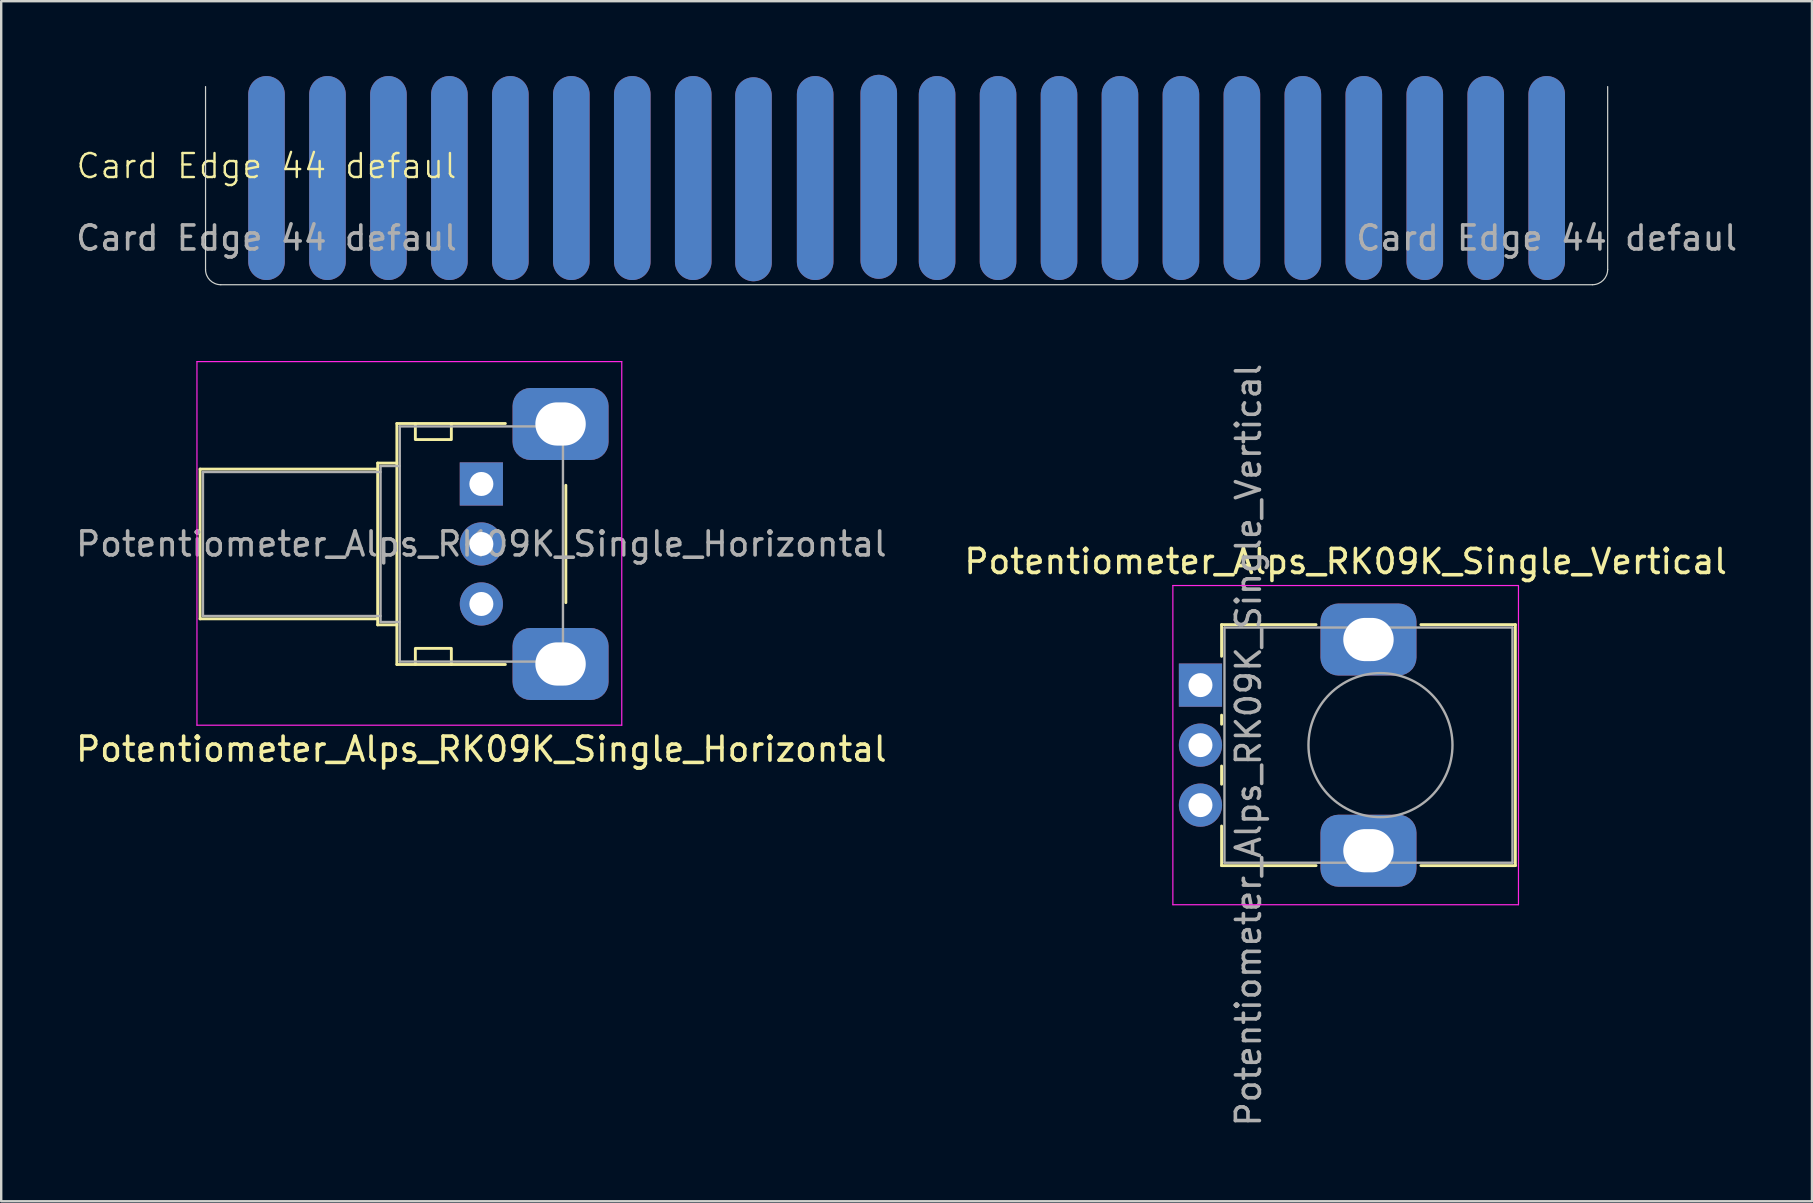
<source format=kicad_pcb>
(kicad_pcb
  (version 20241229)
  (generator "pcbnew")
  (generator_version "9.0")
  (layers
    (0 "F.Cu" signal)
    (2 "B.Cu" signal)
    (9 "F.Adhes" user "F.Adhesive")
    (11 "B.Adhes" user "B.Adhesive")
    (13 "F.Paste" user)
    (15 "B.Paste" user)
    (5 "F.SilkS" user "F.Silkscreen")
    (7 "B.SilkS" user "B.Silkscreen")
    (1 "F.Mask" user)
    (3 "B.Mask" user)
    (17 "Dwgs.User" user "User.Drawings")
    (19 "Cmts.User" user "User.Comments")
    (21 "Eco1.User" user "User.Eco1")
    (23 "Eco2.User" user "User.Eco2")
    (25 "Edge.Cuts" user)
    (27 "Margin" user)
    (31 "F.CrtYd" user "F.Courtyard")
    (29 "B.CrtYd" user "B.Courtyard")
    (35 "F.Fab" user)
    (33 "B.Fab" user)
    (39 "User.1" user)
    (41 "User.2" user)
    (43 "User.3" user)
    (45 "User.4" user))
  (footprint "Card Edge 44 defaul"
    (layer "F.Cu")
    (at 8.054 4.368)
    (property "Reference" "Card Edge 44 defaul" (at 0 -0.5 0) (unlocked yes) (layer "F.SilkS") (effects (font (size 1 1) (thickness 0.1))))
    (attr through_hole)
    (fp_rect (start -2.54 -4.318) (end 55.88 4.572) (stroke (width 0.1) (type solid)) (fill yes) (layer "F.Mask"))
    (fp_rect (start -2.54 -4.318) (end 55.88 4.572) (stroke (width 0.1) (type solid)) (fill yes) (layer "B.Mask"))
    (fp_line (start -2.54 -3.81) (end -2.54 3.81) (stroke (width 0.05) (type default)) (layer "Edge.Cuts"))
    (fp_line (start -1.905 4.445) (end 55.245 4.445) (stroke (width 0.05) (type default)) (layer "Edge.Cuts"))
    (fp_line (start 55.88 3.81) (end 55.88 -3.81) (stroke (width 0.05) (type default)) (layer "Edge.Cuts"))
    (fp_arc (start -1.905 4.445) (mid -2.354013 4.259013) (end -2.54 3.81) (stroke (width 0.05) (type default)) (layer "Edge.Cuts"))
    (fp_arc (start 55.88 3.81) (mid 55.694013 4.259013) (end 55.245 4.445) (stroke (width 0.05) (type default)) (layer "Edge.Cuts"))
    (fp_text user "${REFERENCE}" (at 53.34 2.5 0) (unlocked yes) (layer "F.Fab") (effects (font (size 1 1) (thickness 0.15))))
    (fp_text user "${REFERENCE}" (at 0 2.5 0) (unlocked yes) (layer "F.Fab") (effects (font (size 1 1) (thickness 0.15))))
    (pad "1" connect oval (at 0 0) (size 1.524 8.5) (layers "F.Cu" "F.Mask"))
    (pad "2" connect oval (at 2.54 0) (size 1.524 8.5) (layers "F.Cu" "F.Mask"))
    (pad "3" connect oval (at 5.08 0) (size 1.524 8.5) (layers "F.Cu" "F.Mask"))
    (pad "4" connect oval (at 7.62 0) (size 1.524 8.5) (layers "F.Cu" "F.Mask"))
    (pad "5" connect oval (at 10.16 0) (size 1.524 8.5) (layers "F.Cu" "F.Mask"))
    (pad "6" connect oval (at 12.7 0) (size 1.524 8.5) (layers "F.Cu" "F.Mask"))
    (pad "7" connect oval (at 15.24 0) (size 1.524 8.5) (layers "F.Cu" "F.Mask"))
    (pad "8" connect oval (at 17.78 0) (size 1.524 8.5) (layers "F.Cu" "F.Mask"))
    (pad "9" connect oval (at 20.29 0.051) (size 1.524 8.5) (layers "F.Cu" "F.Mask"))
    (pad "10" connect oval (at 22.86 0) (size 1.524 8.5) (layers "F.Cu" "F.Mask"))
    (pad "11" connect oval (at 25.51 -0.051) (size 1.524 8.5) (layers "F.Cu" "F.Mask"))
    (pad "12" connect oval (at 27.94 0) (size 1.524 8.5) (layers "F.Cu" "F.Mask"))
    (pad "13" connect oval (at 30.48 0) (size 1.524 8.5) (layers "F.Cu" "F.Mask"))
    (pad "14" connect oval (at 33.02 0) (size 1.524 8.5) (layers "F.Cu" "F.Mask"))
    (pad "15" connect oval (at 35.56 0) (size 1.524 8.5) (layers "F.Cu" "F.Mask"))
    (pad "16" connect oval (at 38.1 0) (size 1.524 8.5) (layers "F.Cu" "F.Mask"))
    (pad "17" connect oval (at 40.64 0) (size 1.524 8.5) (layers "F.Cu" "F.Mask"))
    (pad "18" connect oval (at 43.18 0) (size 1.524 8.5) (layers "F.Cu" "F.Mask"))
    (pad "19" connect oval (at 45.72 0) (size 1.524 8.5) (layers "F.Cu" "F.Mask"))
    (pad "20" connect oval (at 48.26 0) (size 1.524 8.5) (layers "F.Cu" "F.Mask"))
    (pad "21" connect oval (at 50.8 0) (size 1.524 8.5) (layers "F.Cu" "F.Mask"))
    (pad "22" connect oval (at 53.34 0) (size 1.524 8.5) (layers "F.Cu" "F.Mask"))
    (pad "23" connect oval (at 0 0) (size 1.524 8.5) (layers "B.Cu" "B.Mask"))
    (pad "24" connect oval (at 2.54 0) (size 1.524 8.5) (layers "B.Cu" "B.Mask"))
    (pad "25" connect oval (at 5.08 0) (size 1.524 8.5) (layers "B.Cu" "B.Mask"))
    (pad "26" connect oval (at 7.62 0) (size 1.524 8.5) (layers "B.Cu" "B.Mask"))
    (pad "27" connect oval (at 10.16 0) (size 1.524 8.5) (layers "B.Cu" "B.Mask"))
    (pad "28" connect oval (at 12.7 0) (size 1.524 8.5) (layers "B.Cu" "B.Mask"))
    (pad "29" connect oval (at 15.24 0) (size 1.524 8.5) (layers "B.Cu" "B.Mask"))
    (pad "30" connect oval (at 17.78 0) (size 1.524 8.5) (layers "B.Cu" "B.Mask"))
    (pad "31" connect oval (at 20.29 0.051) (size 1.524 8.5) (layers "B.Cu" "B.Mask"))
    (pad "32" connect oval (at 22.86 0) (size 1.524 8.5) (layers "B.Cu" "B.Mask"))
    (pad "33" connect oval (at 25.51 -0.051) (size 1.524 8.5) (layers "B.Cu" "B.Mask"))
    (pad "34" connect oval (at 27.94 0) (size 1.524 8.5) (layers "B.Cu" "B.Mask"))
    (pad "35" connect oval (at 30.48 0) (size 1.524 8.5) (layers "B.Cu" "B.Mask"))
    (pad "36" connect oval (at 33.02 0) (size 1.524 8.5) (layers "B.Cu" "B.Mask"))
    (pad "37" connect oval (at 35.56 0) (size 1.524 8.5) (layers "B.Cu" "B.Mask"))
    (pad "38" connect oval (at 38.1 0) (size 1.524 8.5) (layers "B.Cu" "B.Mask"))
    (pad "39" connect oval (at 40.64 0) (size 1.524 8.5) (layers "B.Cu" "B.Mask"))
    (pad "40" connect oval (at 43.18 0) (size 1.524 8.5) (layers "B.Cu" "B.Mask"))
    (pad "41" connect oval (at 45.72 0) (size 1.524 8.5) (layers "B.Cu" "B.Mask"))
    (pad "42" connect oval (at 48.26 0) (size 1.524 8.5) (layers "B.Cu" "B.Mask"))
    (pad "43" connect oval (at 50.8 0) (size 1.524 8.5) (layers "B.Cu" "B.Mask"))
    (pad "44" connect oval (at 53.34 0) (size 1.524 8.5) (layers "B.Cu" "B.Mask")))
  (footprint "Potentiometer_Alps_RK09K_Single_Vertical"
    (layer "F.Cu")
    (at 46.968 25.496)
    (property "Reference" "Potentiometer_Alps_RK09K_Single_Vertical" (at 6.05 -5.15 0) (layer "F.SilkS") (effects (font (size 1 1) (thickness 0.15))))
    (attr through_hole)
    (fp_line (start 0.88 -2.521) (end 0.88 -1.2) (stroke (width 0.12) (type solid)) (layer "F.SilkS"))
    (fp_line (start 0.88 -2.521) (end 4.817 -2.521) (stroke (width 0.12) (type solid)) (layer "F.SilkS"))
    (fp_line (start 0.88 1.25) (end 0.88 1.63) (stroke (width 0.12) (type solid)) (layer "F.SilkS"))
    (fp_line (start 0.88 3.371) (end 0.88 4.13) (stroke (width 0.12) (type solid)) (layer "F.SilkS"))
    (fp_line (start 0.88 5.87) (end 0.88 7.52) (stroke (width 0.12) (type solid)) (layer "F.SilkS"))
    (fp_line (start 0.88 7.52) (end 4.817 7.52) (stroke (width 0.12) (type solid)) (layer "F.SilkS"))
    (fp_line (start 9.184 -2.521) (end 13.12 -2.521) (stroke (width 0.12) (type solid)) (layer "F.SilkS"))
    (fp_line (start 9.184 7.52) (end 13.12 7.52) (stroke (width 0.12) (type solid)) (layer "F.SilkS"))
    (fp_line (start 13.12 -2.521) (end 13.12 7.52) (stroke (width 0.12) (type solid)) (layer "F.SilkS"))
    (fp_line (start -1.15 -4.15) (end -1.15 9.15) (stroke (width 0.05) (type solid)) (layer "F.CrtYd"))
    (fp_line (start -1.15 9.15) (end 13.25 9.15) (stroke (width 0.05) (type solid)) (layer "F.CrtYd"))
    (fp_line (start 13.25 -4.15) (end -1.15 -4.15) (stroke (width 0.05) (type solid)) (layer "F.CrtYd"))
    (fp_line (start 13.25 9.15) (end 13.25 -4.15) (stroke (width 0.05) (type solid)) (layer "F.CrtYd"))
    (fp_line (start 1 -2.4) (end 1 7.4) (stroke (width 0.1) (type solid)) (layer "F.Fab"))
    (fp_line (start 1 7.4) (end 13 7.4) (stroke (width 0.1) (type solid)) (layer "F.Fab"))
    (fp_line (start 13 -2.4) (end 1 -2.4) (stroke (width 0.1) (type solid)) (layer "F.Fab"))
    (fp_line (start 13 7.4) (end 13 -2.4) (stroke (width 0.1) (type solid)) (layer "F.Fab"))
    (fp_circle (center 7.5 2.5) (end 10.5 2.5) (stroke (width 0.1) (type solid)) (fill no) (layer "F.Fab"))
    (fp_text user "${REFERENCE}" (at 2 2.5 90) (layer "F.Fab") (effects (font (size 1 1) (thickness 0.15))))
    (pad "1" thru_hole rect (at 0 0) (size 1.8 1.8) (drill 1) (layers "*.Cu" "*.Mask"))
    (pad "2" thru_hole circle (at 0 2.5) (size 1.8 1.8) (drill 1) (layers "*.Cu" "*.Mask"))
    (pad "3" thru_hole circle (at 0 5) (size 1.8 1.8) (drill 1) (layers "*.Cu" "*.Mask"))
    (pad "MP" thru_hole roundrect (at 7 -1.9) (size 4 3) (drill oval 2.1 1.8) (layers "*.Cu" "*.Mask") (roundrect_rratio 0.25))
    (pad "MP" thru_hole roundrect (at 7 6.9) (size 4 3) (drill oval 2.1 1.8) (layers "*.Cu" "*.Mask") (roundrect_rratio 0.25)))
  (footprint "Potentiometer_Alps_RK09K_Single_Horizontal"
    (layer "F.Cu")
    (at 17.006 17.115)
    (property "Reference" "Potentiometer_Alps_RK09K_Single_Horizontal" (at 0 11.05 180) (layer "F.SilkS") (effects (font (size 1 1) (thickness 0.15))))
    (attr through_hole)
    (fp_line (start -11.72 5.62) (end -11.72 -0.62) (stroke (width 0.12) (type solid)) (layer "F.SilkS"))
    (fp_line (start -4.32 -0.62) (end -11.72 -0.62) (stroke (width 0.12) (type solid)) (layer "F.SilkS"))
    (fp_line (start -4.32 5.62) (end -11.72 5.62) (stroke (width 0.12) (type solid)) (layer "F.SilkS"))
    (fp_line (start -4.32 5.87) (end -4.32 -0.87) (stroke (width 0.12) (type solid)) (layer "F.SilkS"))
    (fp_line (start -3.52 -0.87) (end -4.32 -0.87) (stroke (width 0.12) (type solid)) (layer "F.SilkS"))
    (fp_line (start -3.52 5.87) (end -4.32 5.87) (stroke (width 0.12) (type solid)) (layer "F.SilkS"))
    (fp_line (start -3.52 7.521) (end -3.52 -2.52) (stroke (width 0.12) (type solid)) (layer "F.SilkS"))
    (fp_line (start -2.75 -2.52) (end -3.52 -2.52) (stroke (width 0.12) (type solid)) (layer "F.SilkS"))
    (fp_line (start -2.75 7.521) (end -3.52 7.521) (stroke (width 0.12) (type solid)) (layer "F.SilkS"))
    (fp_line (start -1.25 -2.52) (end 1 -2.52) (stroke (width 0.12) (type solid)) (layer "F.SilkS"))
    (fp_line (start 1 7.521) (end -1.25 7.521) (stroke (width 0.12) (type solid)) (layer "F.SilkS"))
    (fp_line (start 3.52 4.944) (end 3.52 0.055) (stroke (width 0.12) (type solid)) (layer "F.SilkS"))
    (fp_rect (start -2.75 -2.52) (end -1.25 -1.85) (stroke (width 0.12) (type solid)) (fill no) (layer "F.SilkS"))
    (fp_rect (start -2.75 6.85) (end -1.25 7.521) (stroke (width 0.12) (type solid)) (fill no) (layer "F.SilkS"))
    (fp_line (start -11.85 -5.1) (end -11.85 10.05) (stroke (width 0.05) (type solid)) (layer "F.CrtYd"))
    (fp_line (start -11.85 10.05) (end 5.85 10.05) (stroke (width 0.05) (type solid)) (layer "F.CrtYd"))
    (fp_line (start 5.85 -5.1) (end -11.85 -5.1) (stroke (width 0.05) (type solid)) (layer "F.CrtYd"))
    (fp_line (start 5.85 10.05) (end 5.85 -5.1) (stroke (width 0.05) (type solid)) (layer "F.CrtYd"))
    (fp_line (start -11.6 -0.5) (end -11.6 5.5) (stroke (width 0.1) (type solid)) (layer "F.Fab"))
    (fp_line (start -11.6 5.5) (end -4.2 5.5) (stroke (width 0.1) (type solid)) (layer "F.Fab"))
    (fp_line (start -4.2 -0.75) (end -4.2 5.75) (stroke (width 0.1) (type solid)) (layer "F.Fab"))
    (fp_line (start -4.2 -0.5) (end -11.6 -0.5) (stroke (width 0.1) (type solid)) (layer "F.Fab"))
    (fp_line (start -4.2 5.75) (end -3.4 5.75) (stroke (width 0.1) (type solid)) (layer "F.Fab"))
    (fp_line (start -3.4 -2.4) (end -3.4 7.4) (stroke (width 0.1) (type solid)) (layer "F.Fab"))
    (fp_line (start -3.4 -0.75) (end -4.2 -0.75) (stroke (width 0.1) (type solid)) (layer "F.Fab"))
    (fp_line (start -3.4 7.4) (end 3.4 7.4) (stroke (width 0.1) (type solid)) (layer "F.Fab"))
    (fp_line (start 3.4 -2.4) (end -3.4 -2.4) (stroke (width 0.1) (type solid)) (layer "F.Fab"))
    (fp_line (start 3.4 7.4) (end 3.4 -2.4) (stroke (width 0.1) (type solid)) (layer "F.Fab"))
    (fp_text user "${REFERENCE}" (at 0 2.5 180) (layer "F.Fab") (effects (font (size 1 1) (thickness 0.15))))
    (pad "1" thru_hole rect (at 0 0 180) (size 1.8 1.8) (drill 1) (layers "*.Cu" "*.Mask"))
    (pad "2" thru_hole circle (at 0 2.5 180) (size 1.8 1.8) (drill 1) (layers "*.Cu" "*.Mask"))
    (pad "3" thru_hole circle (at 0 5 180) (size 1.8 1.8) (drill 1) (layers "*.Cu" "*.Mask"))
    (pad "MP" thru_hole roundrect (at 3.3 -2.5 180) (size 4 3) (drill oval 2.1 1.8) (layers "*.Cu" "*.Mask") (roundrect_rratio 0.25))
    (pad "MP" thru_hole roundrect (at 3.3 7.5 180) (size 4 3) (drill oval 2.1 1.8) (layers "*.Cu" "*.Mask") (roundrect_rratio 0.25))
    (zone (net_name "") (layer "F.Cu") (name "Copper Keep Out") (hatch full 0.508) (connect_pads) (min_thickness 0.254) (filled_areas_thickness no) (keepout (tracks not_allowed) (vias not_allowed) (pads not_allowed) (copperpour not_allowed) (footprints not_allowed)) (placement (enabled no)) (fill) (polygon (pts (xy 14.256 14.615) (xy 15.756 14.615) (xy 15.756 15.265) (xy 14.256 15.265))))
    (zone (net_name "") (layer "F.Cu") (name "Copper Keep Out") (hatch full 0.508) (connect_pads) (min_thickness 0.254) (filled_areas_thickness no) (keepout (tracks not_allowed) (vias not_allowed) (pads not_allowed) (copperpour not_allowed) (footprints not_allowed)) (placement (enabled no)) (fill) (polygon (pts (xy 14.256 23.965) (xy 15.756 23.965) (xy 15.756 24.615) (xy 14.256 24.615)))))
  (gr_rect
    (start -3 -3)
    (end 72.447 47.002)
    (stroke (width 0.1) (type default))
    (fill no)
    (layer "Edge.Cuts")))
</source>
